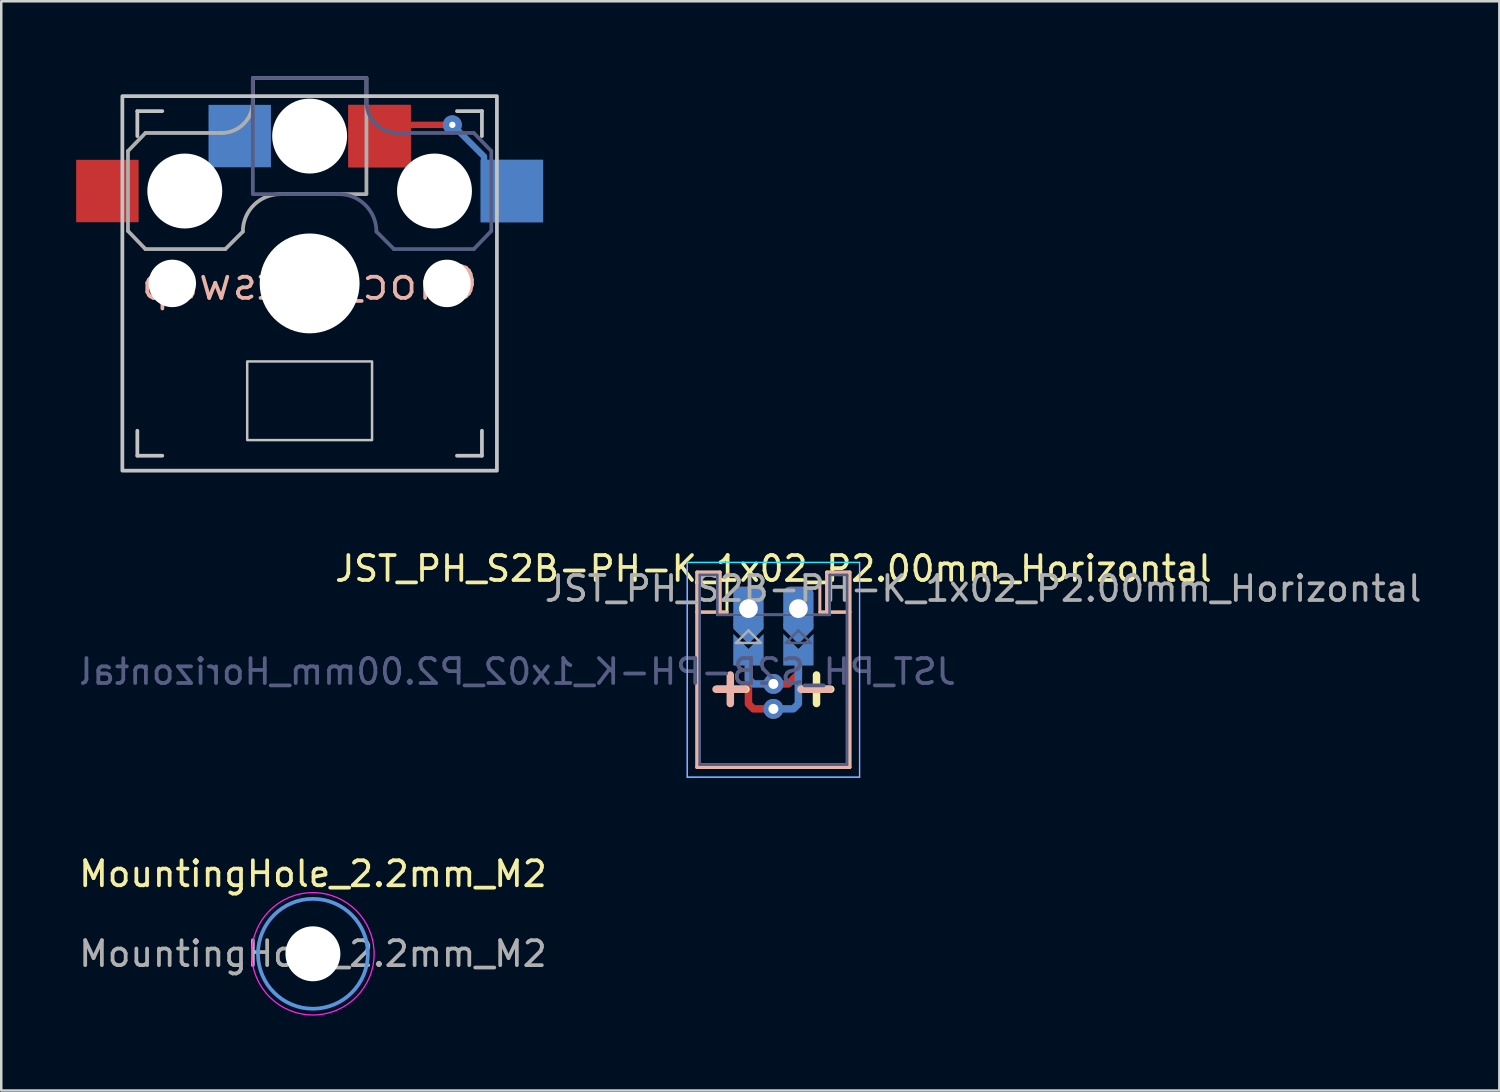
<source format=kicad_pcb>
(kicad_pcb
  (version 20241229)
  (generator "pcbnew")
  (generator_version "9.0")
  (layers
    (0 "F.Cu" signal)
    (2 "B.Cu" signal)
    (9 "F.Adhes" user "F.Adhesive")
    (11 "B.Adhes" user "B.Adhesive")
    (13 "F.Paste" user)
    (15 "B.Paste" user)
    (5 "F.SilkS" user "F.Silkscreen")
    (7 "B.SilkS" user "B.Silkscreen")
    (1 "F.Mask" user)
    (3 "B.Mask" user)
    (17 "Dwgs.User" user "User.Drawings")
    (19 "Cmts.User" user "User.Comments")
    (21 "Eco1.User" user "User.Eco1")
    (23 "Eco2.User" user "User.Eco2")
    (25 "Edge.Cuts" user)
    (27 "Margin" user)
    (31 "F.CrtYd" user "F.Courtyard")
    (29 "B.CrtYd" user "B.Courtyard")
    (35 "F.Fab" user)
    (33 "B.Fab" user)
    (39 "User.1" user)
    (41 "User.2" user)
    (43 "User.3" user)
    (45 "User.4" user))
  (footprint "JST_PH_S2B-PH-K_1x02_P2.00mm_Horizontal"
    (layer "F.Cu")
    (at 26.923 21.323)
    (property "Reference" "JST_PH_S2B-PH-K_1x02_P2.00mm_Horizontal" (at 1 -1.6 0) (layer "F.SilkS") (effects (font (size 1 1) (thickness 0.15))))
    (attr through_hole)
    (fp_poly (pts (xy -0.6 0.616) (xy 0.6 0.616) (xy 0.6 2.216) (xy -0.6 2.216)) (stroke (width 0) (type solid)) (fill yes) (layer "F.Mask"))
    (fp_poly (pts (xy 1.4 0.632) (xy 2.6 0.632) (xy 2.6 2.232) (xy 1.4 2.232)) (stroke (width 0) (type solid)) (fill yes) (layer "F.Mask"))
    (fp_poly (pts (xy -0.6 0.616) (xy 0.6 0.616) (xy 0.6 2.216) (xy -0.6 2.216)) (stroke (width 0) (type solid)) (fill yes) (layer "B.Mask"))
    (fp_poly (pts (xy 1.4 0.6) (xy 2.6 0.6) (xy 2.6 2.2) (xy 1.4 2.2)) (stroke (width 0) (type solid)) (fill yes) (layer "B.Mask"))
    (fp_line (start -2.06 -1.46) (end -2.06 6.36) (stroke (width 0.12) (type solid)) (layer "F.SilkS"))
    (fp_line (start -2.06 0.14) (end -1.14 0.14) (stroke (width 0.12) (type solid)) (layer "F.SilkS"))
    (fp_line (start -2.06 6.36) (end 4.06 6.36) (stroke (width 0.12) (type solid)) (layer "F.SilkS"))
    (fp_line (start -1.14 -1.46) (end -2.06 -1.46) (stroke (width 0.12) (type solid)) (layer "F.SilkS"))
    (fp_line (start -1.14 0.14) (end -1.14 -1.46) (stroke (width 0.12) (type solid)) (layer "F.SilkS"))
    (fp_line (start -0.86 0.14) (end -1.14 0.14) (stroke (width 0.12) (type solid)) (layer "F.SilkS"))
    (fp_line (start -0.86 0.14) (end -0.86 -1.075) (stroke (width 0.12) (type solid)) (layer "F.SilkS"))
    (fp_line (start 3.14 -1.46) (end 3.14 0.14) (stroke (width 0.12) (type solid)) (layer "F.SilkS"))
    (fp_line (start 3.14 0.14) (end 2.86 0.14) (stroke (width 0.12) (type solid)) (layer "F.SilkS"))
    (fp_line (start 4.06 -1.46) (end 3.14 -1.46) (stroke (width 0.12) (type solid)) (layer "F.SilkS"))
    (fp_line (start 4.06 0.14) (end 3.14 0.14) (stroke (width 0.12) (type solid)) (layer "F.SilkS"))
    (fp_line (start 4.06 6.36) (end 4.06 -1.46) (stroke (width 0.12) (type solid)) (layer "F.SilkS"))
    (fp_line (start -2.06 -1.46) (end -2.06 6.36) (stroke (width 0.12) (type solid)) (layer "B.SilkS"))
    (fp_line (start -2.06 6.36) (end 4.06 6.36) (stroke (width 0.12) (type solid)) (layer "B.SilkS"))
    (fp_line (start -1.14 -1.46) (end -2.06 -1.46) (stroke (width 0.12) (type solid)) (layer "B.SilkS"))
    (fp_line (start -1.14 0.14) (end -2.06 0.14) (stroke (width 0.12) (type solid)) (layer "B.SilkS"))
    (fp_line (start -1.14 0.14) (end -1.14 -1.46) (stroke (width 0.12) (type solid)) (layer "B.SilkS"))
    (fp_line (start -0.86 0.14) (end -1.14 0.14) (stroke (width 0.12) (type solid)) (layer "B.SilkS"))
    (fp_line (start 2.86 -1.075) (end 2.86 0.14) (stroke (width 0.12) (type solid)) (layer "B.SilkS"))
    (fp_line (start 3.14 -1.46) (end 3.14 0.14) (stroke (width 0.12) (type solid)) (layer "B.SilkS"))
    (fp_line (start 3.14 0.14) (end 2.86 0.14) (stroke (width 0.12) (type solid)) (layer "B.SilkS"))
    (fp_line (start 3.14 0.14) (end 4.06 0.14) (stroke (width 0.12) (type solid)) (layer "B.SilkS"))
    (fp_line (start 4.06 -1.46) (end 3.14 -1.46) (stroke (width 0.12) (type solid)) (layer "B.SilkS"))
    (fp_line (start 4.06 6.36) (end 4.06 -1.46) (stroke (width 0.12) (type solid)) (layer "B.SilkS"))
    (fp_line (start -2.45 -1.85) (end -2.45 6.75) (stroke (width 0.05) (type solid)) (layer "B.CrtYd"))
    (fp_line (start -2.45 6.75) (end 4.45 6.75) (stroke (width 0.05) (type solid)) (layer "B.CrtYd"))
    (fp_line (start 4.45 6.75) (end 4.45 -1.85) (stroke (width 0.05) (type solid)) (layer "B.CrtYd"))
    (fp_line (start 4.45 -1.85) (end -2.45 -1.85) (stroke (width 0.05) (type solid)) (layer "B.CrtYd"))
    (fp_line (start -2.45 -1.85) (end -2.45 6.75) (stroke (width 0.05) (type solid)) (layer "F.CrtYd"))
    (fp_line (start -2.45 6.75) (end 4.45 6.75) (stroke (width 0.05) (type solid)) (layer "F.CrtYd"))
    (fp_line (start 4.45 6.75) (end 4.45 -1.85) (stroke (width 0.05) (type solid)) (layer "F.CrtYd"))
    (fp_line (start 4.45 -1.85) (end -2.45 -1.85) (stroke (width 0.05) (type solid)) (layer "F.CrtYd"))
    (fp_line (start -1.95 -1.35) (end -1.95 6.25) (stroke (width 0.1) (type solid)) (layer "B.Fab"))
    (fp_line (start -1.95 6.25) (end 3.95 6.25) (stroke (width 0.1) (type solid)) (layer "B.Fab"))
    (fp_line (start -1.25 -1.35) (end -1.95 -1.35) (stroke (width 0.1) (type solid)) (layer "B.Fab"))
    (fp_line (start -1.25 0.25) (end -1.25 -1.35) (stroke (width 0.1) (type solid)) (layer "B.Fab"))
    (fp_line (start 1.5 1.375) (end 2.5 1.375) (stroke (width 0.1) (type solid)) (layer "B.Fab"))
    (fp_line (start 2 0.875) (end 1.5 1.375) (stroke (width 0.1) (type solid)) (layer "B.Fab"))
    (fp_line (start 2.5 1.375) (end 2 0.875) (stroke (width 0.1) (type solid)) (layer "B.Fab"))
    (fp_line (start 3.25 -1.35) (end 3.25 0.25) (stroke (width 0.1) (type solid)) (layer "B.Fab"))
    (fp_line (start 3.25 0.25) (end -1.25 0.25) (stroke (width 0.1) (type solid)) (layer "B.Fab"))
    (fp_line (start 3.95 -1.35) (end 3.25 -1.35) (stroke (width 0.1) (type solid)) (layer "B.Fab"))
    (fp_line (start 3.95 6.25) (end 3.95 -1.35) (stroke (width 0.1) (type solid)) (layer "B.Fab"))
    (fp_line (start -1.95 -1.35) (end -1.95 6.25) (stroke (width 0.1) (type solid)) (layer "F.Fab"))
    (fp_line (start -1.95 6.25) (end 3.95 6.25) (stroke (width 0.1) (type solid)) (layer "F.Fab"))
    (fp_line (start -1.25 -1.35) (end -1.95 -1.35) (stroke (width 0.1) (type solid)) (layer "F.Fab"))
    (fp_line (start -1.25 0.25) (end -1.25 -1.35) (stroke (width 0.1) (type solid)) (layer "F.Fab"))
    (fp_line (start -0.5 1.375) (end 0.5 1.375) (stroke (width 0.1) (type solid)) (layer "F.Fab"))
    (fp_line (start 0 0.875) (end -0.5 1.375) (stroke (width 0.1) (type solid)) (layer "F.Fab"))
    (fp_line (start 0.5 1.375) (end 0 0.875) (stroke (width 0.1) (type solid)) (layer "F.Fab"))
    (fp_line (start 3.25 -1.35) (end 3.25 0.25) (stroke (width 0.1) (type solid)) (layer "F.Fab"))
    (fp_line (start 3.25 0.25) (end -1.25 0.25) (stroke (width 0.1) (type solid)) (layer "F.Fab"))
    (fp_line (start 3.95 -1.35) (end 3.25 -1.35) (stroke (width 0.1) (type solid)) (layer "F.Fab"))
    (fp_line (start 3.95 6.25) (end 3.95 -1.35) (stroke (width 0.1) (type solid)) (layer "F.Fab"))
    (fp_text user "-" (at -1.8 4 0) (unlocked yes) (layer "F.SilkS") (effects (font (size 1.5 1.5) (thickness 0.3) (bold yes)) (justify left bottom)))
    (fp_text user "+" (at 1.6 4 0) (unlocked yes) (layer "F.SilkS") (effects (font (size 1.5 1.5) (thickness 0.3) (bold yes)) (justify left bottom)))
    (fp_text user "-" (at 3.8 4 0) (unlocked yes) (layer "B.SilkS") (effects (font (size 1.5 1.5) (thickness 0.3) (bold yes)) (justify left bottom mirror)))
    (fp_text user "+" (at 0.4 4 0) (unlocked yes) (layer "B.SilkS") (effects (font (size 1.5 1.5) (thickness 0.3) (bold yes)) (justify left bottom mirror)))
    (fp_text user "${REFERENCE}" (at -9.25 2.525 0) (layer "B.Fab") (effects (font (size 1 1) (thickness 0.15)) (justify mirror)))
    (fp_text user "${REFERENCE}" (at 9.4 -0.8 0) (layer "F.Fab") (effects (font (size 1 1) (thickness 0.15))))
    (pad "" thru_hole roundrect (at 0 0) (size 1.2 1.75) (drill 0.75) (layers "*.Cu" "*.Mask") (roundrect_rratio 0.208))
    (pad "" smd custom (at 0 1 180) (size 0.1 0.1) (layers "B.Cu" "B.Mask") (options (anchor rect)) (primitives (gr_poly (pts (xy -0.6 0.4) (xy 0.6 0.4) (xy 0.6 0.2) (xy 0 -0.4) (xy -0.6 0.2)) (width 0) (fill yes))))
    (pad "" smd custom (at 0 1.016 180) (size 0.1 0.1) (layers "F.Cu" "F.Mask") (options (anchor rect)) (primitives (gr_poly (pts (xy 0.6 0.4) (xy -0.6 0.4) (xy -0.6 0.2) (xy 0 -0.4) (xy 0.6 0.2)) (width 0) (fill yes))))
    (pad "" thru_hole roundrect (at 2 0) (size 1.2 1.75) (drill 0.75) (layers "*.Cu" "*.Mask") (roundrect_rratio 0.208))
    (pad "" smd custom (at 2 1 180) (size 0.1 0.1) (layers "B.Cu" "B.Mask") (options (anchor rect)) (primitives (gr_poly (pts (xy -0.6 0.4) (xy 0.6 0.4) (xy 0.6 0.2) (xy 0 -0.4) (xy -0.6 0.2)) (width 0) (fill yes))))
    (pad "" smd custom (at 2 1.016 180) (size 0.1 0.1) (layers "F.Cu" "F.Mask") (options (anchor rect)) (primitives (gr_poly (pts (xy 0.6 0.4) (xy -0.6 0.4) (xy -0.6 0.2) (xy 0 -0.4) (xy 0.6 0.2)) (width 0) (fill yes))))
    (pad "1" smd custom (at 0 2.032 180) (size 1.2 0.5) (layers "F.Cu") (options (anchor rect)) (primitives (gr_line (start 0 0) (end 0 -1.784) (width 0.3)) (gr_line (start -0.2 -1.984) (end -1 -1.984) (width 0.3)) (gr_line (start 0 -1.784) (end -0.2 -1.984) (width 0.3)) (gr_poly (pts (xy 0.6 0) (xy -0.6 0) (xy -0.6 1) (xy 0 0.4) (xy 0.6 1)) (width 0) (fill yes))))
    (pad "1" thru_hole circle (at 1 4.016) (size 0.8 0.8) (drill 0.4) (layers "*.Cu" "*.Mask"))
    (pad "1" smd custom (at 2 2.016 180) (size 1.2 0.5) (layers "B.Cu") (options (anchor rect)) (primitives (gr_line (start 0 0) (end 0 -1.8) (width 0.3)) (gr_line (start 0.2 -2) (end 0 -1.8) (width 0.3)) (gr_line (start 1 -2) (end 0.2 -2) (width 0.3)) (gr_poly (pts (xy -0.6 0) (xy 0.6 0) (xy 0.6 1) (xy 0 0.4) (xy -0.6 1)) (width 0) (fill yes))))
    (pad "2" smd custom (at 0 2.016 180) (size 1.2 0.5) (layers "B.Cu") (options (anchor rect)) (primitives (gr_line (start 0 0) (end 0 -0.8) (width 0.3)) (gr_line (start -0.2 -1) (end -1 -1) (width 0.3)) (gr_line (start 0 -0.8) (end -0.2 -1) (width 0.3)) (gr_poly (pts (xy -0.6 0) (xy 0.6 0) (xy 0.6 1) (xy 0 0.4) (xy -0.6 1)) (width 0) (fill yes))))
    (pad "2" thru_hole circle (at 1 3.016) (size 0.8 0.8) (drill 0.4) (layers "*.Cu" "*.Mask"))
    (pad "2" smd custom (at 2 2.032 180) (size 1.2 0.5) (layers "F.Cu") (options (anchor rect)) (primitives (gr_line (start 0 0) (end 0 -0.584) (width 0.3)) (gr_line (start 0 -0.584) (end 0.4 -0.984) (width 0.3)) (gr_line (start 0.4 -0.984) (end 1 -0.984) (width 0.3)) (gr_poly (pts (xy 0.6 0) (xy -0.6 0) (xy -0.6 1) (xy 0 0.4) (xy 0.6 1)) (width 0) (fill yes)))))
  (footprint "Choc_Hotswap"
    (layer "F.Cu")
    (at 9.35 8.3)
    (property "Reference" "Choc_Hotswap" (at 0 0 0) (layer "B.SilkS") (effects (font (size 1.27 1.27) (thickness 0.15)) (justify mirror)))
    (attr through_hole)
    (fp_line (start -6.9 -6.9) (end -6.9 -5.9) (stroke (width 0.15) (type solid)) (layer "Dwgs.User"))
    (fp_line (start -6.9 -6.9) (end -5.9 -6.9) (stroke (width 0.15) (type solid)) (layer "Dwgs.User"))
    (fp_line (start -6.9 5.9) (end -6.9 6.9) (stroke (width 0.15) (type solid)) (layer "Dwgs.User"))
    (fp_line (start -5.9 6.9) (end -6.9 6.9) (stroke (width 0.15) (type solid)) (layer "Dwgs.User"))
    (fp_line (start 5.9 -6.9) (end 6.9 -6.9) (stroke (width 0.15) (type solid)) (layer "Dwgs.User"))
    (fp_line (start 6.9 -5.9) (end 6.9 -6.9) (stroke (width 0.15) (type solid)) (layer "Dwgs.User"))
    (fp_line (start 6.9 6.9) (end 5.9 6.9) (stroke (width 0.15) (type solid)) (layer "Dwgs.User"))
    (fp_line (start 6.9 6.9) (end 6.9 5.9) (stroke (width 0.15) (type solid)) (layer "Dwgs.User"))
    (fp_circle (center 0 0) (end 1 -0.000001) (stroke (width 0.1) (type default)) (fill no) (layer "Dwgs.User"))
    (fp_poly (pts (xy -7.5 -7.5) (xy 7.5 -7.5) (xy 7.5 7.5) (xy -7.5 7.5)) (stroke (width 0.15) (type default)) (fill no) (layer "Dwgs.User"))
    (fp_poly (pts (xy -2.5 3.125) (xy 2.5 3.125) (xy 2.5 6.275) (xy -2.5 6.275)) (stroke (width 0.1) (type default)) (fill no) (layer "Dwgs.User"))
    (fp_line (start -2.275 -8.225) (end 2.275 -8.225) (stroke (width 0.15) (type solid)) (layer "B.Fab"))
    (fp_line (start -2.275 -3.6) (end -2.275 -8.2) (stroke (width 0.15) (type solid)) (layer "B.Fab"))
    (fp_line (start -2.275 -3.575) (end 1.175 -3.575) (stroke (width 0.15) (type solid)) (layer "B.Fab"))
    (fp_line (start 2.275 -7.275) (end 2.275 -8.2) (stroke (width 0.15) (type solid)) (layer "B.Fab"))
    (fp_line (start 2.675 -2.075) (end 3.375 -1.375) (stroke (width 0.15) (type solid)) (layer "B.Fab"))
    (fp_line (start 3.375 -1.375) (end 6.575 -1.375) (stroke (width 0.15) (type solid)) (layer "B.Fab"))
    (fp_line (start 3.525 -6.025) (end 6.575 -6.025) (stroke (width 0.15) (type solid)) (layer "B.Fab"))
    (fp_line (start 6.575 -6.025) (end 7.275 -5.3) (stroke (width 0.15) (type solid)) (layer "B.Fab"))
    (fp_line (start 7.275 -2.1) (end 6.575 -1.375) (stroke (width 0.15) (type solid)) (layer "B.Fab"))
    (fp_line (start 7.275 -2.1) (end 7.275 -5.3) (stroke (width 0.15) (type solid)) (layer "B.Fab"))
    (fp_arc (start 1.175 -3.574999) (mid 2.23566 -3.13566) (end 2.674999 -2.075) (stroke (width 0.15) (type solid)) (layer "B.Fab"))
    (fp_arc (start 3.525 -6.025) (mid 2.641117 -6.391116) (end 2.275 -7.275) (stroke (width 0.15) (type default)) (layer "B.Fab"))
    (fp_line (start -7.275 -2.1) (end -7.275 -5.3) (stroke (width 0.15) (type solid)) (layer "F.Fab"))
    (fp_line (start -7.275 -2.1) (end -6.575 -1.375) (stroke (width 0.15) (type solid)) (layer "F.Fab"))
    (fp_line (start -6.575 -6.025) (end -7.275 -5.3) (stroke (width 0.15) (type solid)) (layer "F.Fab"))
    (fp_line (start -3.525 -6.025) (end -6.575 -6.025) (stroke (width 0.15) (type solid)) (layer "F.Fab"))
    (fp_line (start -3.375 -1.375) (end -6.575 -1.375) (stroke (width 0.15) (type solid)) (layer "F.Fab"))
    (fp_line (start -2.675 -2.075) (end -3.375 -1.375) (stroke (width 0.15) (type solid)) (layer "F.Fab"))
    (fp_line (start -2.275 -7.275) (end -2.275 -8.2) (stroke (width 0.15) (type solid)) (layer "F.Fab"))
    (fp_line (start 2.275 -3.6) (end 2.275 -8.2) (stroke (width 0.15) (type solid)) (layer "F.Fab"))
    (fp_line (start 2.275 -8.225) (end -2.275 -8.225) (stroke (width 0.15) (type solid)) (layer "F.Fab"))
    (fp_line (start 2.275 -3.575) (end -1.175 -3.575) (stroke (width 0.15) (type solid)) (layer "F.Fab"))
    (fp_arc (start -2.674999 -2.075) (mid -2.235659 -3.13566) (end -1.175 -3.574999) (stroke (width 0.15) (type solid)) (layer "F.Fab"))
    (fp_arc (start -2.275 -7.275001) (mid -2.641116 -6.391116) (end -3.525 -6.025) (stroke (width 0.15) (type default)) (layer "F.Fab"))
    (pad "" np_thru_hole circle (at -5.5 0 90) (size 1.9 1.9) (drill 1.9) (layers "*.Cu" "*.Mask"))
    (pad "" np_thru_hole circle (at -5 -3.7 90) (size 3 3) (drill 3) (layers "*.Cu" "*.Mask"))
    (pad "" np_thru_hole circle (at 0 -5.9 90) (size 3 3) (drill 3) (layers "*.Cu" "*.Mask"))
    (pad "" np_thru_hole circle (at 0 0 88) (size 4 4) (drill 4) (layers "*.Cu" "*.Mask"))
    (pad "" np_thru_hole circle (at 5 -3.7 270) (size 3 3) (drill 3) (layers "*.Cu" "*.Mask"))
    (pad "" np_thru_hole circle (at 5.5 0 90) (size 1.9 1.9) (drill 1.9) (layers "*.Cu" "*.Mask"))
    (pad "1" smd rect (at -8.1 -3.7) (size 2.5 2.5) (layers "F.Cu" "F.Mask" "F.Paste"))
    (pad "1" smd rect (at -2.8 -5.9) (size 2.5 2.5) (layers "B.Cu" "B.Mask" "B.Paste"))
    (pad "2" smd rect (at 2.8 -5.9) (size 2.5 2.5) (layers "F.Cu" "F.Mask" "F.Paste"))
    (pad "2" smd custom (at 2.8 -5.9) (size 2.5 2.5) (layers "F.Cu") (options (anchor rect)) (primitives (gr_line (start 2.915 -0.45) (end -0.895 -0.45) (width 0.254))))
    (pad "2" thru_hole circle (at 5.715 -6.35 1) (size 0.762 0.762) (drill 0.254) (layers "*.Cu"))
    (pad "2" smd rect (at 8.1 -3.7) (size 2.5 2.5) (layers "B.Cu" "B.Mask" "B.Paste"))
    (pad "2" smd custom (at 8.1 -3.7) (size 2.5 2.5) (layers "B.Cu") (options (anchor rect)) (primitives (gr_line (start -1.115 -0.11) (end -1.115 -1.38) (width 0.254)) (gr_line (start -1.115 -1.38) (end -2.385 -2.65) (width 0.254)))))
  (footprint "MountingHole_2.2mm_M2"
    (layer "F.Cu")
    (at 9.482 35.147)
    (property "Reference" "MountingHole_2.2mm_M2" (at 0 -3.2 0) (layer "F.SilkS") (effects (font (size 1 1) (thickness 0.15))))
    (attr exclude_from_pos_files exclude_from_bom)
    (fp_circle (center 0 0) (end 2.2 0) (stroke (width 0.15) (type solid)) (fill no) (layer "Cmts.User"))
    (fp_circle (center 0 0) (end 2.45 0) (stroke (width 0.05) (type solid)) (fill no) (layer "F.CrtYd"))
    (fp_text user "${REFERENCE}" (at 0 0 0) (layer "F.Fab") (effects (font (size 1 1) (thickness 0.15))))
    (pad "" np_thru_hole circle (at 0 0) (size 2.2 2.2) (drill 2.2) (layers "*.Cu" "*.Mask")))
  (gr_rect
    (start -3 -3)
    (end 56.995 40.621)
    (stroke (width 0.1) (type default))
    (fill no)
    (layer "Edge.Cuts")))
</source>
